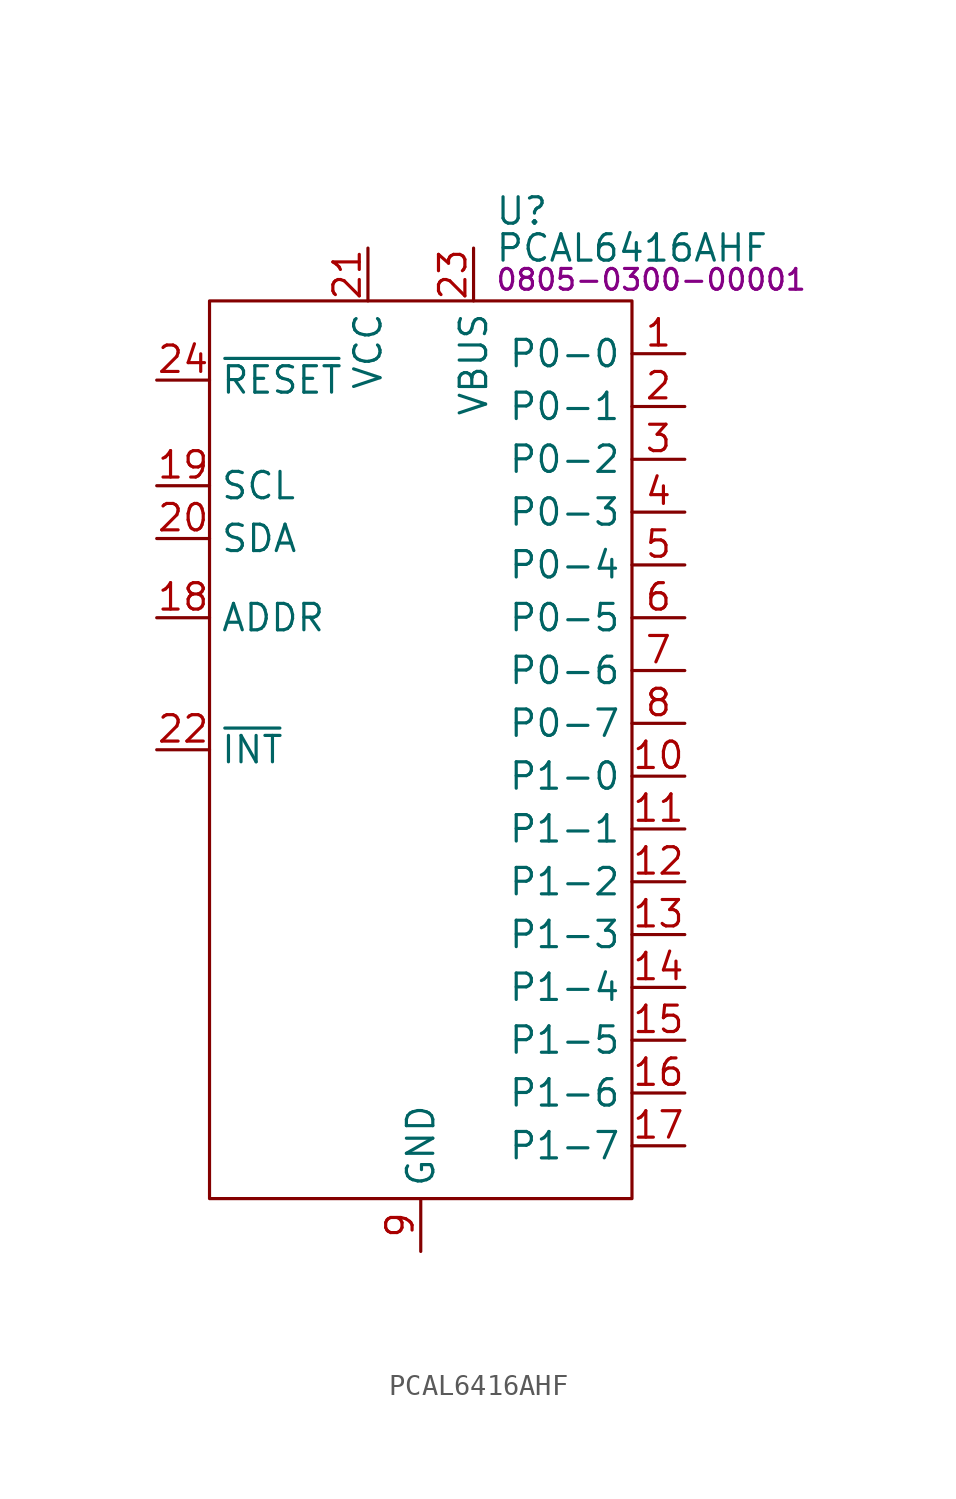
<source format=kicad_sym>
(kicad_symbol_lib
  (version 20231120)
  (generator "kicad_symbol_editor")
  (generator_version "8.0")
  (symbol "PCAL6416AHF"
    (property "Reference" "U"
      (at 13.716 4.318 0)
      (effects (font (size 1.27 1.27)) (justify left)))
    (property "Value" "PCAL6416AHF"
      (at 13.716 2.54 0)
      (effects (font (size 1.27 1.27)) (justify left)))
    (property "PartNumber" "0805-0300-00001"
      (at 13.716 1.016 0)
      (effects (font (size 1 1)) (justify left)))
    (symbol "PCAL6416AHF_0_0"
      (pin bidirectional line (at 22.86 -2.54 180) (length 2.54) (name "P0-0" (effects (font (size 1.27 1.27)))) (number "1" (effects (font (size 1.27 1.27)))))
      (pin bidirectional line (at 22.86 -22.86 180) (length 2.54) (name "P1-0" (effects (font (size 1.27 1.27)))) (number "10" (effects (font (size 1.27 1.27)))))
      (pin bidirectional line (at 22.86 -25.4 180) (length 2.54) (name "P1-1" (effects (font (size 1.27 1.27)))) (number "11" (effects (font (size 1.27 1.27)))))
      (pin bidirectional line (at 22.86 -27.94 180) (length 2.54) (name "P1-2" (effects (font (size 1.27 1.27)))) (number "12" (effects (font (size 1.27 1.27)))))
      (pin bidirectional line (at 22.86 -30.48 180) (length 2.54) (name "P1-3" (effects (font (size 1.27 1.27)))) (number "13" (effects (font (size 1.27 1.27)))))
      (pin bidirectional line (at 22.86 -33.02 180) (length 2.54) (name "P1-4" (effects (font (size 1.27 1.27)))) (number "14" (effects (font (size 1.27 1.27)))))
      (pin bidirectional line (at 22.86 -35.56 180) (length 2.54) (name "P1-5" (effects (font (size 1.27 1.27)))) (number "15" (effects (font (size 1.27 1.27)))))
      (pin bidirectional line (at 22.86 -38.1 180) (length 2.54) (name "P1-6" (effects (font (size 1.27 1.27)))) (number "16" (effects (font (size 1.27 1.27)))))
      (pin bidirectional line (at 22.86 -40.64 180) (length 2.54) (name "P1-7" (effects (font (size 1.27 1.27)))) (number "17" (effects (font (size 1.27 1.27)))))
      (pin passive line (at -2.54 -15.24 0) (length 2.54) (name "ADDR" (effects (font (size 1.27 1.27)))) (number "18" (effects (font (size 1.27 1.27)))))
      (pin input line (at -2.54 -8.89 0) (length 2.54) (name "SCL" (effects (font (size 1.27 1.27)))) (number "19" (effects (font (size 1.27 1.27)))))
      (pin bidirectional line (at 22.86 -5.08 180) (length 2.54) (name "P0-1" (effects (font (size 1.27 1.27)))) (number "2" (effects (font (size 1.27 1.27)))))
      (pin bidirectional line (at -2.54 -11.43 0) (length 2.54) (name "SDA" (effects (font (size 1.27 1.27)))) (number "20" (effects (font (size 1.27 1.27)))))
      (pin power_in line (at 7.62 2.54 270) (length 2.54) (name "VCC" (effects (font (size 1.27 1.27)))) (number "21" (effects (font (size 1.27 1.27)))))
      (pin output line (at -2.54 -21.59 0) (length 2.54) (name "~{INT}" (effects (font (size 1.27 1.27)))) (number "22" (effects (font (size 1.27 1.27)))))
      (pin power_in line (at 12.7 2.54 270) (length 2.54) (name "VBUS" (effects (font (size 1.27 1.27)))) (number "23" (effects (font (size 1.27 1.27)))))
      (pin input line (at -2.54 -3.81 0) (length 2.54) (name "~{RESET}" (effects (font (size 1.27 1.27)))) (number "24" (effects (font (size 1.27 1.27)))))
      (pin power_in line (at 10.16 -45.72 90) (length 2.54) hide (name "GND" (effects (font (size 1.27 1.27)))) (number "25" (effects (font (size 1.27 1.27)))))
      (pin bidirectional line (at 22.86 -7.62 180) (length 2.54) (name "P0-2" (effects (font (size 1.27 1.27)))) (number "3" (effects (font (size 1.27 1.27)))))
      (pin bidirectional line (at 22.86 -10.16 180) (length 2.54) (name "P0-3" (effects (font (size 1.27 1.27)))) (number "4" (effects (font (size 1.27 1.27)))))
      (pin bidirectional line (at 22.86 -12.7 180) (length 2.54) (name "P0-4" (effects (font (size 1.27 1.27)))) (number "5" (effects (font (size 1.27 1.27)))))
      (pin bidirectional line (at 22.86 -15.24 180) (length 2.54) (name "P0-5" (effects (font (size 1.27 1.27)))) (number "6" (effects (font (size 1.27 1.27)))))
      (pin bidirectional line (at 22.86 -17.78 180) (length 2.54) (name "P0-6" (effects (font (size 1.27 1.27)))) (number "7" (effects (font (size 1.27 1.27)))))
      (pin bidirectional line (at 22.86 -20.32 180) (length 2.54) (name "P0-7" (effects (font (size 1.27 1.27)))) (number "8" (effects (font (size 1.27 1.27)))))
      (pin power_in line (at 10.16 -45.72 90) (length 2.54) (name "GND" (effects (font (size 1.27 1.27)))) (number "9" (effects (font (size 1.27 1.27))))))
    (symbol "PCAL6416AHF_0_1"
      (rectangle (start 0 0) (end 20.32 -43.18) (stroke (width 0) (type default)) (fill (type none))))))
</source>
